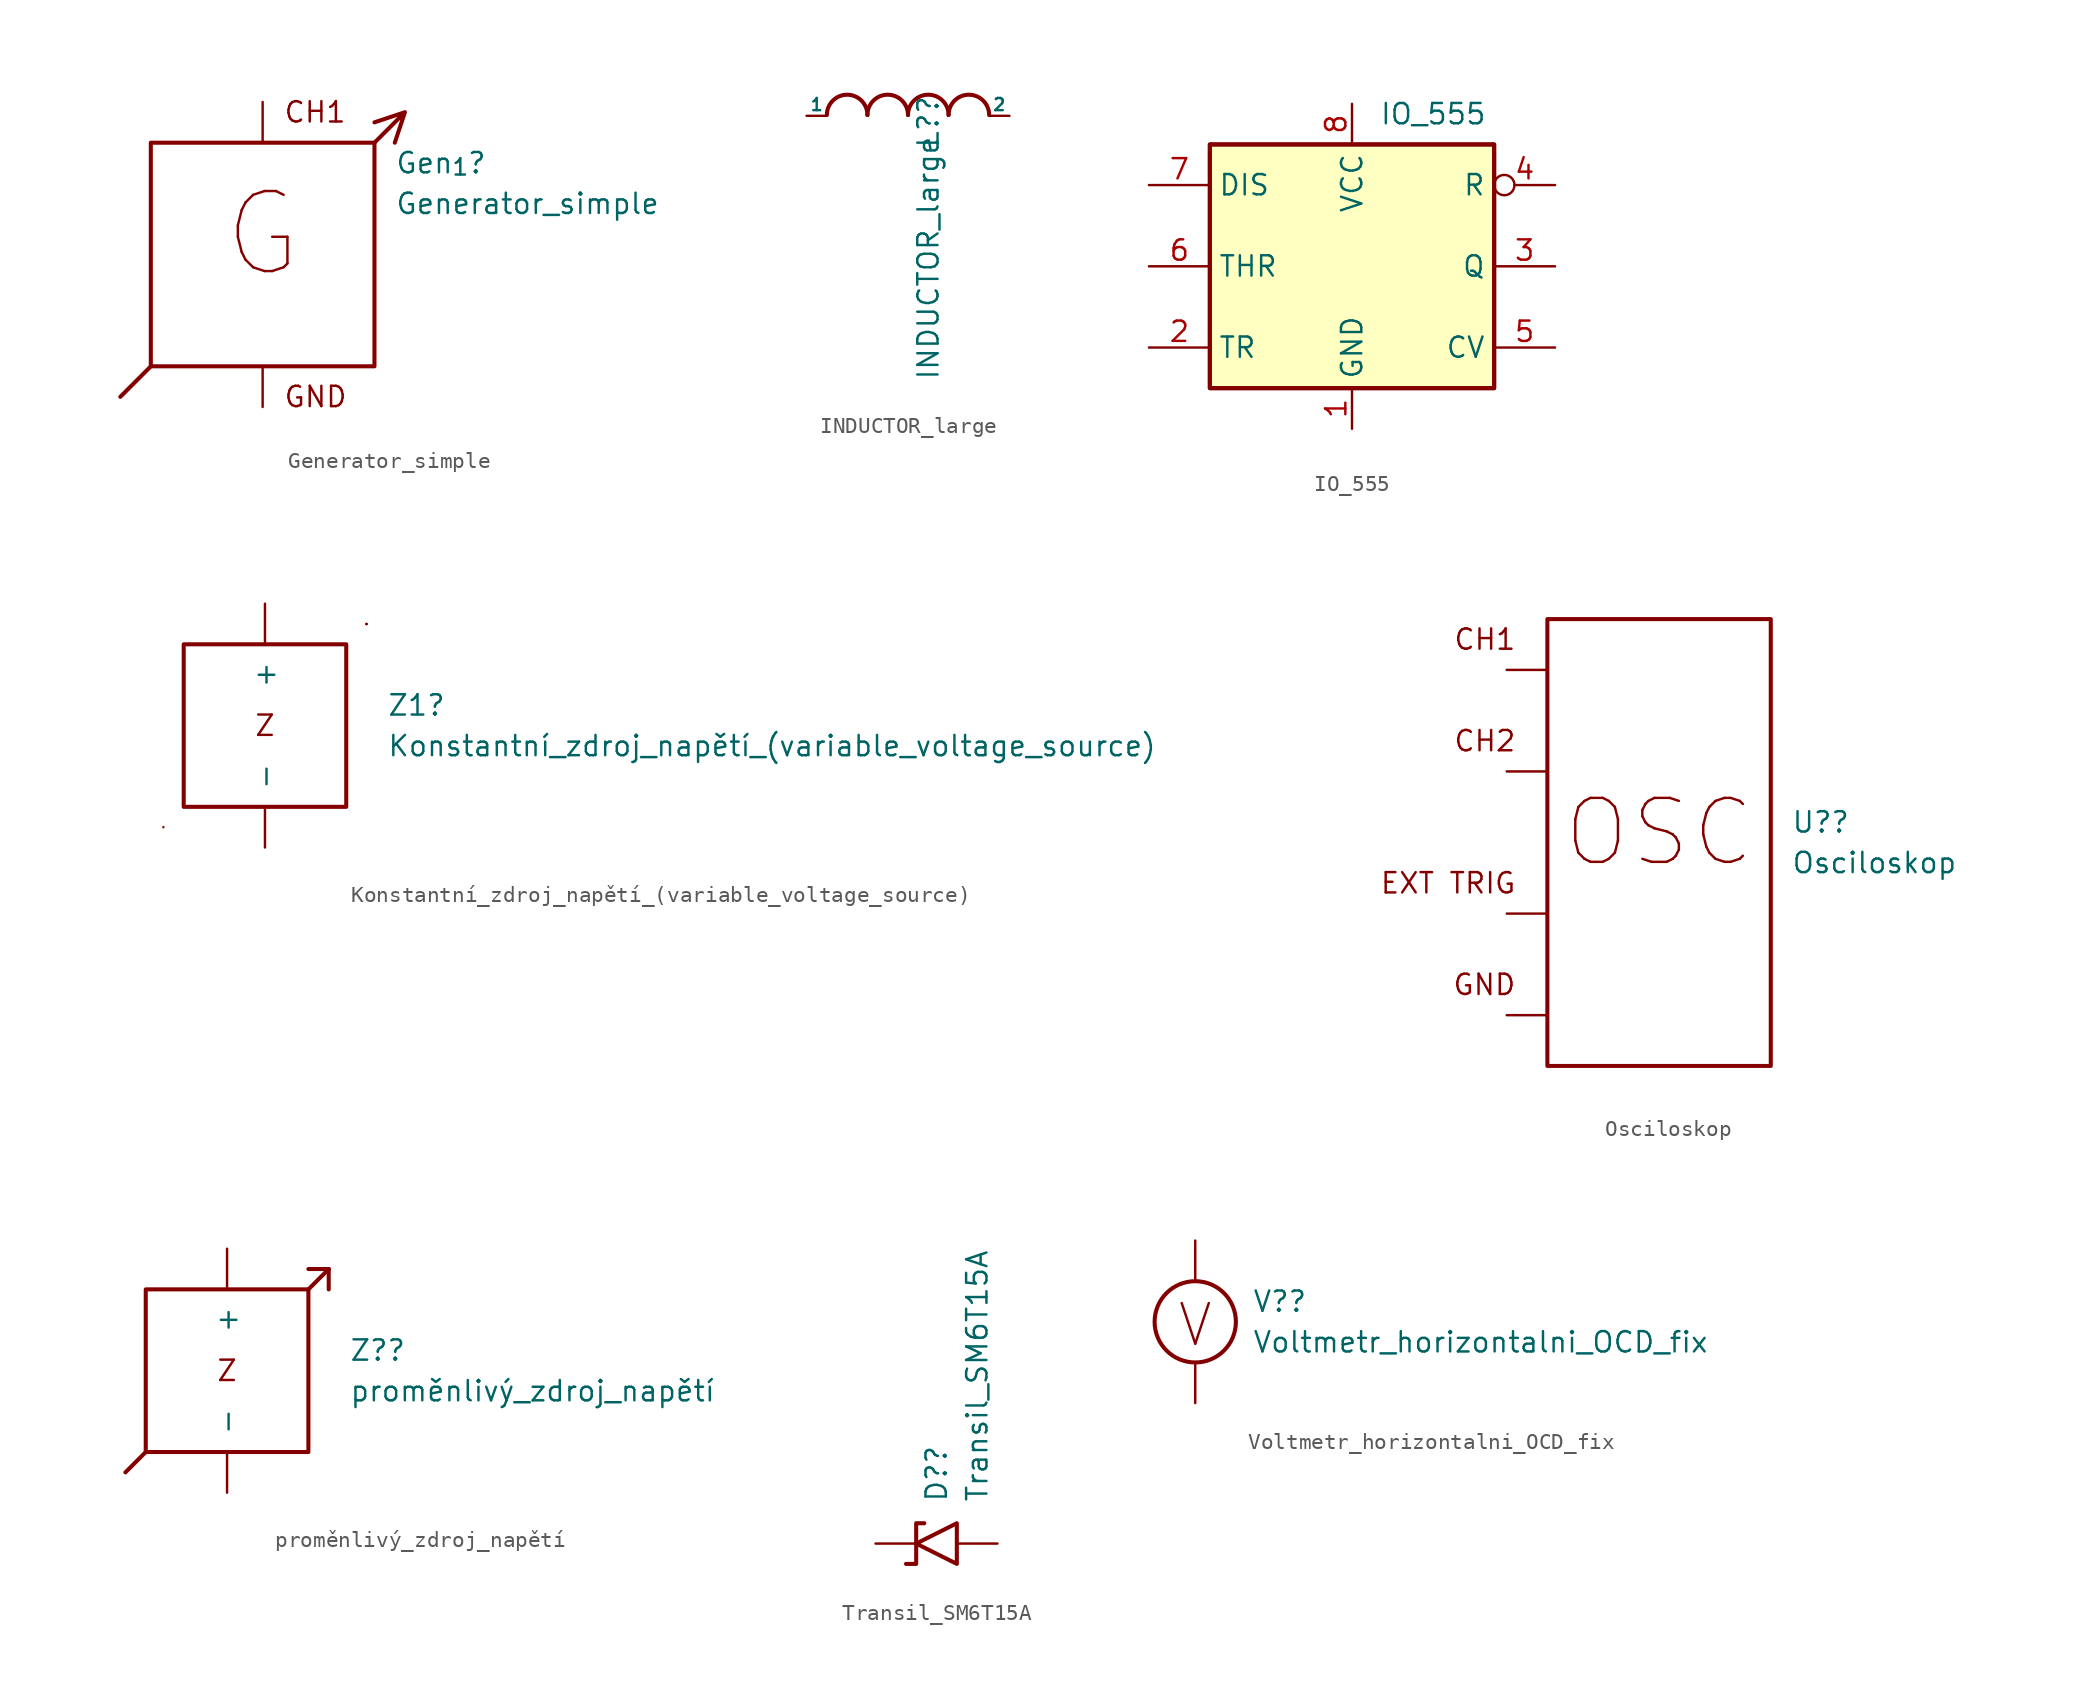
<source format=kicad_sym>
(kicad_symbol_lib
  (version 20211014)
  (generator kicad_symbol_editor)
  (symbol "Generator_simple"
    (pin_names
      (offset 1.016))
    (property "Reference" "Gen_{1}"
      (at 15.24 20.32 0)
      (effects (font (size 1.27 1.27)) (justify left)))
    (property "Value" "Generator_simple"
      (at 15.24 17.78 0)
      (effects (font (size 1.27 1.27)) (justify left)))
    (symbol "Generator_simple_0_1"
      (polyline (pts (xy -1.905 5.715) (xy 0 7.62)) (stroke (width 0.254) (type default) (color 0 0 0 0)) (fill (type none)))
      (polyline (pts (xy 13.97 21.59) (xy 15.875 23.495) (xy 15.24 21.59) (xy 15.875 23.495) (xy 13.97 22.86)) (stroke (width 0.254) (type default) (color 0 0 0 0)) (fill (type none)))
      (rectangle (start 0 21.59) (end 13.97 7.62) (stroke (width 0.254) (type default) (color 0 0 0 0)) (fill (type none))))
    (symbol "Generator_simple_1_1"
      (text "CH1" (at 8.255 23.495 0) (effects (font (size 1.27 1.27)) (justify left)))
      (text "G" (at 6.985 15.875 0) (effects (font (size 5 5))))
      (text "GND" (at 8.255 5.715 0) (effects (font (size 1.27 1.27)) (justify left)))
      (text "~" (at 6.985 10.795 0) (effects (font (size 5 5))))
      (text "~" (at 6.985 12.065 0) (effects (font (size 5 5))))
      (pin passive line (at 6.985 5.08 90) (length 2.54) (name "~" (effects (font (size 1.27 1.27)))) (number "" (effects (font (size 1.27 1.27)))))
      (pin output line (at 6.985 24.13 270) (length 2.54) (name "~" (effects (font (size 1.27 1.27)))) (number "" (effects (font (size 1.27 1.27)))))))
  (symbol "INDUCTOR_large"
    (pin_numbers hide)
    (pin_names
      (offset 0))
    (property "Reference" "L?"
      (at 1.27 1.27 90)
      (effects (font (size 1.27 1.27)) (justify right)))
    (property "Value" "INDUCTOR_large"
      (at 1.27 -1.27 90)
      (effects (font (size 1.27 1.27)) (justify right)))
    (symbol "INDUCTOR_large_0_1"
      (arc (start -2.54 0) (mid -3.81 1.27) (end -5.08 0) (stroke (width 0.254) (type default) (color 0 0 0 0)) (fill (type none)))
      (arc (start 0 0) (mid -1.27 1.27) (end -2.54 0) (stroke (width 0.254) (type default) (color 0 0 0 0)) (fill (type none)))
      (arc (start 2.54 0) (mid 1.27 1.27) (end 0 0) (stroke (width 0.254) (type default) (color 0 0 0 0)) (fill (type none)))
      (arc (start 5.08 0) (mid 3.81 1.27) (end 2.54 0) (stroke (width 0.254) (type default) (color 0 0 0 0)) (fill (type none))))
    (symbol "INDUCTOR_large_1_1"
      (pin input line (at -6.35 -0.051 0) (length 1.27) (name "1" (effects (font (size 0.762 0.762)))) (number "1" (effects (font (size 0.762 0.762)))))
      (pin input line (at 6.35 -0.051 180) (length 1.27) (name "2" (effects (font (size 0.762 0.762)))) (number "2" (effects (font (size 0.762 0.762)))))))
  (symbol "IO_555"
    (property "Reference" "U_{1}"
      (at 2.019 13.335 0)
      (effects (font (size 1.27 1.27)) (justify left) hide))
    (property "Value" "IO_555"
      (at 5.08 9.525 0)
      (effects (font (size 1.27 1.27))))
    (symbol "IO_555_0_0"
      (pin power_in line (at 0 -10.16 90) (length 2.54) (name "GND" (effects (font (size 1.27 1.27)))) (number "1" (effects (font (size 1.27 1.27)))))
      (pin power_in line (at 0 10.16 270) (length 2.54) (name "VCC" (effects (font (size 1.27 1.27)))) (number "8" (effects (font (size 1.27 1.27))))))
    (symbol "IO_555_0_1"
      (rectangle (start -8.89 -7.62) (end 8.89 7.62) (stroke (width 0.254) (type default) (color 0 0 0 0)) (fill (type background)))
      (rectangle (start -8.89 -7.62) (end 8.89 7.62) (stroke (width 0.254) (type default) (color 0 0 0 0)) (fill (type background))))
    (symbol "IO_555_1_1"
      (pin input line (at -12.7 -5.08 0) (length 3.81) (name "TR" (effects (font (size 1.27 1.27)))) (number "2" (effects (font (size 1.27 1.27)))))
      (pin output line (at 12.7 0 180) (length 3.81) (name "Q" (effects (font (size 1.27 1.27)))) (number "3" (effects (font (size 1.27 1.27)))))
      (pin input inverted (at 12.7 5.08 180) (length 3.81) (name "R" (effects (font (size 1.27 1.27)))) (number "4" (effects (font (size 1.27 1.27)))))
      (pin input line (at 12.7 -5.08 180) (length 3.81) (name "CV" (effects (font (size 1.27 1.27)))) (number "5" (effects (font (size 1.27 1.27)))))
      (pin input line (at -12.7 0 0) (length 3.81) (name "THR" (effects (font (size 1.27 1.27)))) (number "6" (effects (font (size 1.27 1.27)))))
      (pin input line (at -12.7 5.08 0) (length 3.81) (name "DIS" (effects (font (size 1.27 1.27)))) (number "7" (effects (font (size 1.27 1.27)))))))
  (symbol "Konstantní_zdroj_napětí_(variable_voltage_source)"
    (pin_names
      (offset 1.016))
    (property "Reference" "Z1"
      (at 12.7 6.35 0)
      (effects (font (size 1.27 1.27)) (justify left)))
    (property "Value" "Konstantní_zdroj_napětí_(variable_voltage_source)"
      (at 12.7 3.81 0)
      (effects (font (size 1.27 1.27)) (justify left)))
    (symbol "Konstantní_zdroj_napětí_(variable_voltage_source)_0_1"
      (polyline (pts (xy -1.27 -1.27) (xy -1.27 -1.27)) (stroke (width 0) (type default) (color 0 0 0 0)) (fill (type none)))
      (polyline (pts (xy 11.43 11.43) (xy 11.43 11.43)) (stroke (width 0) (type default) (color 0 0 0 0)) (fill (type none)))
      (polyline (pts (xy 11.43 11.43) (xy 11.43 11.43)) (stroke (width 0) (type default) (color 0 0 0 0)) (fill (type none)))
      (polyline (pts (xy 11.43 11.43) (xy 11.43 11.43)) (stroke (width 0) (type default) (color 0 0 0 0)) (fill (type none)))
      (rectangle (start 0 10.16) (end 10.16 0) (stroke (width 0.254) (type default) (color 0 0 0 0)) (fill (type none))))
    (symbol "Konstantní_zdroj_napětí_(variable_voltage_source)_1_1"
      (text "Z" (at 5.08 5.08 0) (effects (font (size 1.27 1.27))))
      (pin power_out line (at 5.08 12.7 270) (length 2.54) (name "+" (effects (font (size 1.27 1.27)))) (number "" (effects (font (size 1.27 1.27)))))
      (pin power_in line (at 5.08 -2.54 90) (length 2.54) (name "-" (effects (font (size 1.27 1.27)))) (number "" (effects (font (size 1.27 1.27)))))))
  (symbol "Osciloskop"
    (pin_names
      (offset 1.016))
    (property "Reference" "U?"
      (at 17.78 15.24 0)
      (effects (font (size 1.27 1.27)) (justify left)))
    (property "Value" "Osciloskop"
      (at 17.78 12.7 0)
      (effects (font (size 1.27 1.27)) (justify left)))
    (symbol "Osciloskop_0_1"
      (rectangle (start 2.54 27.94) (end 16.51 0) (stroke (width 0.254) (type default) (color 0 0 0 0)) (fill (type none))))
    (symbol "Osciloskop_1_1"
      (text "CH1" (at 0.635 26.67 0) (effects (font (size 1.27 1.27)) (justify right)))
      (text "CH2" (at 0.635 20.32 0) (effects (font (size 1.27 1.27)) (justify right)))
      (text "EXT TRIG" (at 0.635 11.43 0) (effects (font (size 1.27 1.27)) (justify right)))
      (text "GND" (at 0.635 5.08 0) (effects (font (size 1.27 1.27)) (justify right)))
      (text "OSC" (at 9.525 14.605 0) (effects (font (size 4 4))))
      (pin passive line (at 0 3.175 0) (length 2.54) (name "~" (effects (font (size 1.27 1.27)))) (number "" (effects (font (size 1.27 1.27)))))
      (pin input line (at 0 9.525 0) (length 2.54) (name "~" (effects (font (size 1.27 1.27)))) (number "" (effects (font (size 1.27 1.27)))))
      (pin input line (at 0 18.415 0) (length 2.54) (name "~" (effects (font (size 1.27 1.27)))) (number "" (effects (font (size 1.27 1.27)))))
      (pin input line (at 0 24.765 0) (length 2.54) (name "~" (effects (font (size 1.27 1.27)))) (number "" (effects (font (size 1.27 1.27)))))))
  (symbol "proměnlivý_zdroj_napětí"
    (pin_names
      (offset 1.016))
    (property "Reference" "Z?"
      (at 12.7 6.35 0)
      (effects (font (size 1.27 1.27)) (justify left)))
    (property "Value" "proměnlivý_zdroj_napětí"
      (at 12.7 3.81 0)
      (effects (font (size 1.27 1.27)) (justify left)))
    (symbol "proměnlivý_zdroj_napětí_0_1"
      (polyline (pts (xy -1.27 -1.27) (xy -1.27 -1.27)) (stroke (width 0) (type default) (color 0 0 0 0)) (fill (type none)))
      (polyline (pts (xy 0 0) (xy -1.27 -1.27)) (stroke (width 0.254) (type default) (color 0 0 0 0)) (fill (type none)))
      (polyline (pts (xy 10.16 10.16) (xy 11.43 11.43)) (stroke (width 0.254) (type default) (color 0 0 0 0)) (fill (type none)))
      (polyline (pts (xy 11.43 11.43) (xy 10.16 11.43)) (stroke (width 0.254) (type default) (color 0 0 0 0)) (fill (type none)))
      (polyline (pts (xy 11.43 11.43) (xy 11.43 10.16)) (stroke (width 0.254) (type default) (color 0 0 0 0)) (fill (type none)))
      (polyline (pts (xy 11.43 11.43) (xy 11.43 11.43)) (stroke (width 0) (type default) (color 0 0 0 0)) (fill (type none)))
      (polyline (pts (xy 11.43 11.43) (xy 11.43 11.43)) (stroke (width 0) (type default) (color 0 0 0 0)) (fill (type none)))
      (polyline (pts (xy 11.43 11.43) (xy 11.43 11.43)) (stroke (width 0) (type default) (color 0 0 0 0)) (fill (type none)))
      (rectangle (start 0 10.16) (end 10.16 0) (stroke (width 0.254) (type default) (color 0 0 0 0)) (fill (type none))))
    (symbol "proměnlivý_zdroj_napětí_1_1"
      (text "Z" (at 5.08 5.08 0) (effects (font (size 1.27 1.27))))
      (pin power_out line (at 5.08 12.7 270) (length 2.54) (name "+" (effects (font (size 1.27 1.27)))) (number "" (effects (font (size 1.27 1.27)))))
      (pin passive line (at 5.08 -2.54 90) (length 2.54) (name "-" (effects (font (size 1.27 1.27)))) (number "" (effects (font (size 1.27 1.27)))))))
  (symbol "Transil_SM6T15A"
    (pin_numbers hide)
    (pin_names
      (offset 1.016) hide)
    (property "Reference" "D?"
      (at 0 2.54 90)
      (effects (font (size 1.27 1.27)) (justify left)))
    (property "Value" "Transil_SM6T15A"
      (at 2.54 2.54 90)
      (effects (font (size 1.27 1.27)) (justify left)))
    (symbol "Transil_SM6T15A_0_1"
      (polyline (pts (xy -0.762 1.27) (xy -1.27 1.27) (xy -1.27 -1.27) (xy -1.905 -1.27)) (stroke (width 0.254) (type default) (color 0 0 0 0)) (fill (type none)))
      (polyline (pts (xy 1.27 1.27) (xy 1.27 -1.27) (xy -1.27 0) (xy 1.27 1.27)) (stroke (width 0.254) (type default) (color 0 0 0 0)) (fill (type none))))
    (symbol "Transil_SM6T15A_1_1"
      (pin passive line (at -3.81 0 0) (length 2.54) (name "A1" (effects (font (size 1.27 1.27)))) (number "1" (effects (font (size 1.27 1.27)))))
      (pin passive line (at 3.81 0 180) (length 2.54) (name "A2" (effects (font (size 1.27 1.27)))) (number "2" (effects (font (size 1.27 1.27)))))))
  (symbol "Voltmetr_horizontalni_OCD_fix"
    (pin_numbers hide)
    (pin_names
      (offset 0.025) hide)
    (property "Reference" "V?"
      (at 3.556 1.27 0)
      (effects (font (size 1.27 1.27)) (justify left)))
    (property "Value" "Voltmetr_horizontalni_OCD_fix"
      (at 3.556 -1.27 0)
      (effects (font (size 1.27 1.27)) (justify left)))
    (symbol "Voltmetr_horizontalni_OCD_fix_0_0"
      (text "V" (at 0 -0.2 0) (effects (font (size 2.54 2.54)))))
    (symbol "Voltmetr_horizontalni_OCD_fix_0_1"
      (circle (center 0 0) (radius 2.54) (stroke (width 0.254) (type default) (color 0 0 0 0)) (fill (type none))))
    (symbol "Voltmetr_horizontalni_OCD_fix_1_1"
      (pin passive line (at 0 -5.08 90) (length 2.54) (name "-" (effects (font (size 1.27 1.27)))) (number "1" (effects (font (size 1.27 1.27)))))
      (pin passive line (at 0 5.08 270) (length 2.54) (name "+" (effects (font (size 1.27 1.27)))) (number "2" (effects (font (size 1.27 1.27))))))))
</source>
